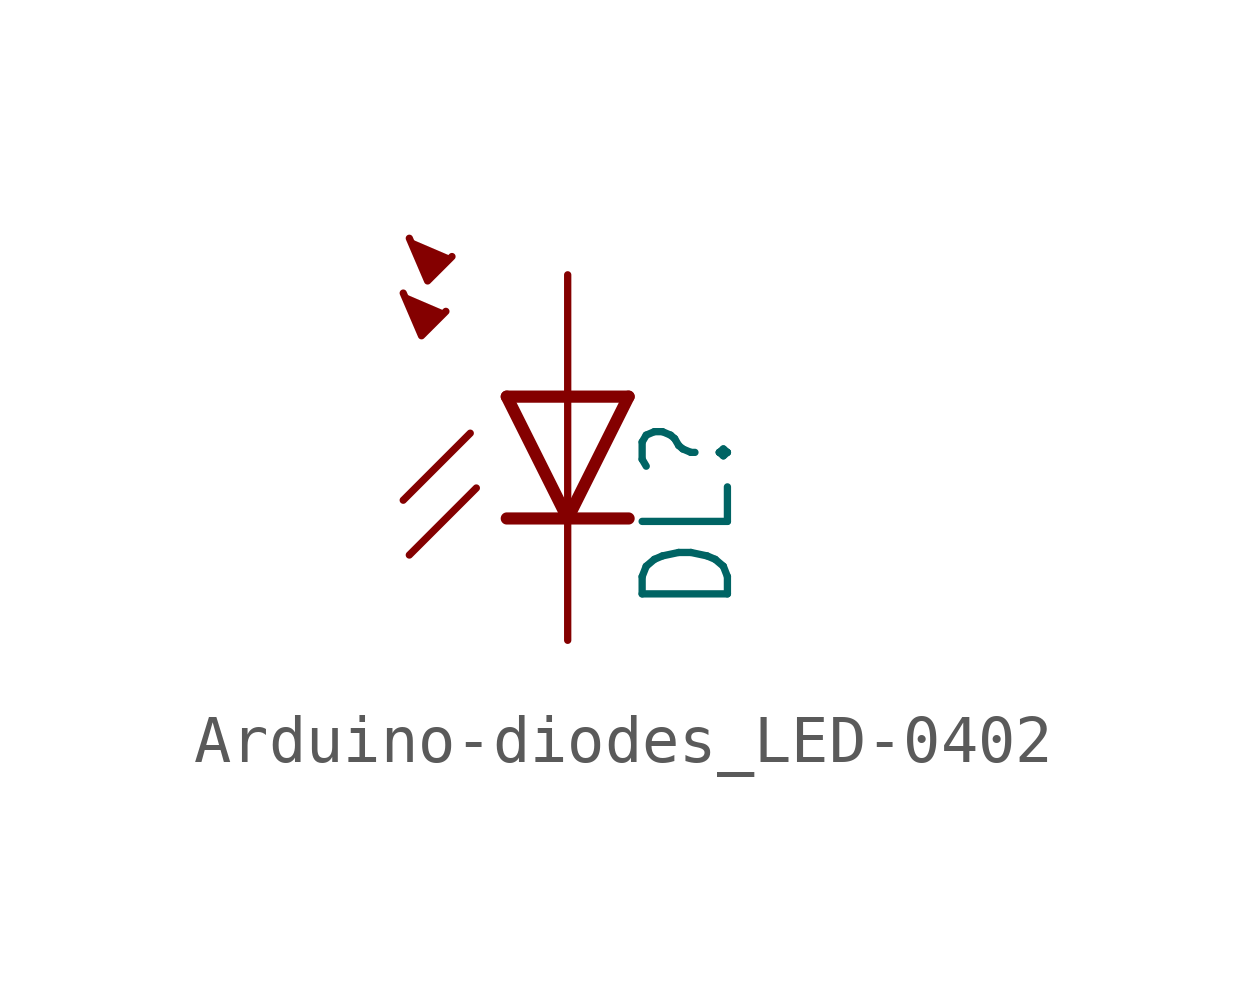
<source format=kicad_sym>
(kicad_symbol_lib
  (version 20241209)
  (generator "kicad_symbol_editor")
  (generator_version "9.0")
  (symbol "Arduino-diodes_LED-0402"
    (property "Reference" "DL"
      (at 3.556 -4.572 90)
      (effects (font (size 1.778 1.511)) (justify left bottom)))
    (property "Value" ""
      (at 5.715 -4.572 90)
      (effects (font (size 1.778 1.511)) (justify left bottom)))
    (property "ki_locked" ""
      (at 0 0 0)
      (effects (font (size 1.27 1.27))))
    (symbol "Arduino-diodes_LED-0402_1_0"
      (polyline (pts (xy -3.429 2.159) (xy -3.048 1.27) (xy -2.54 1.778)) (stroke (width 0.152) (type solid)) (fill (type outline)))
      (polyline (pts (xy -3.302 3.302) (xy -2.921 2.413) (xy -2.413 2.921)) (stroke (width 0.152) (type solid)) (fill (type outline)))
      (polyline (pts (xy -2.032 -0.762) (xy -3.429 -2.159)) (stroke (width 0.152) (type solid)) (fill (type none)))
      (polyline (pts (xy -1.905 -1.905) (xy -3.302 -3.302)) (stroke (width 0.152) (type solid)) (fill (type none)))
      (polyline (pts (xy 0 0) (xy -1.27 0)) (stroke (width 0.254) (type solid)) (fill (type none)))
      (polyline (pts (xy 0 0) (xy 0 -2.54)) (stroke (width 0.152) (type solid)) (fill (type none)))
      (polyline (pts (xy 0 -2.54) (xy -1.27 0)) (stroke (width 0.254) (type solid)) (fill (type none)))
      (polyline (pts (xy 0 -2.54) (xy -1.27 -2.54)) (stroke (width 0.254) (type solid)) (fill (type none)))
      (polyline (pts (xy 1.27 0) (xy 0 0)) (stroke (width 0.254) (type solid)) (fill (type none)))
      (polyline (pts (xy 1.27 0) (xy 0 -2.54)) (stroke (width 0.254) (type solid)) (fill (type none)))
      (polyline (pts (xy 1.27 -2.54) (xy 0 -2.54)) (stroke (width 0.254) (type solid)) (fill (type none)))
      (pin passive line (at 0 2.54 270) (length 2.54) (name "A" (effects (font (size 0 0)))) (number "A" (effects (font (size 0 0)))))
      (pin passive line (at 0 -5.08 90) (length 2.54) (name "C" (effects (font (size 0 0)))) (number "C" (effects (font (size 0 0))))))))
</source>
